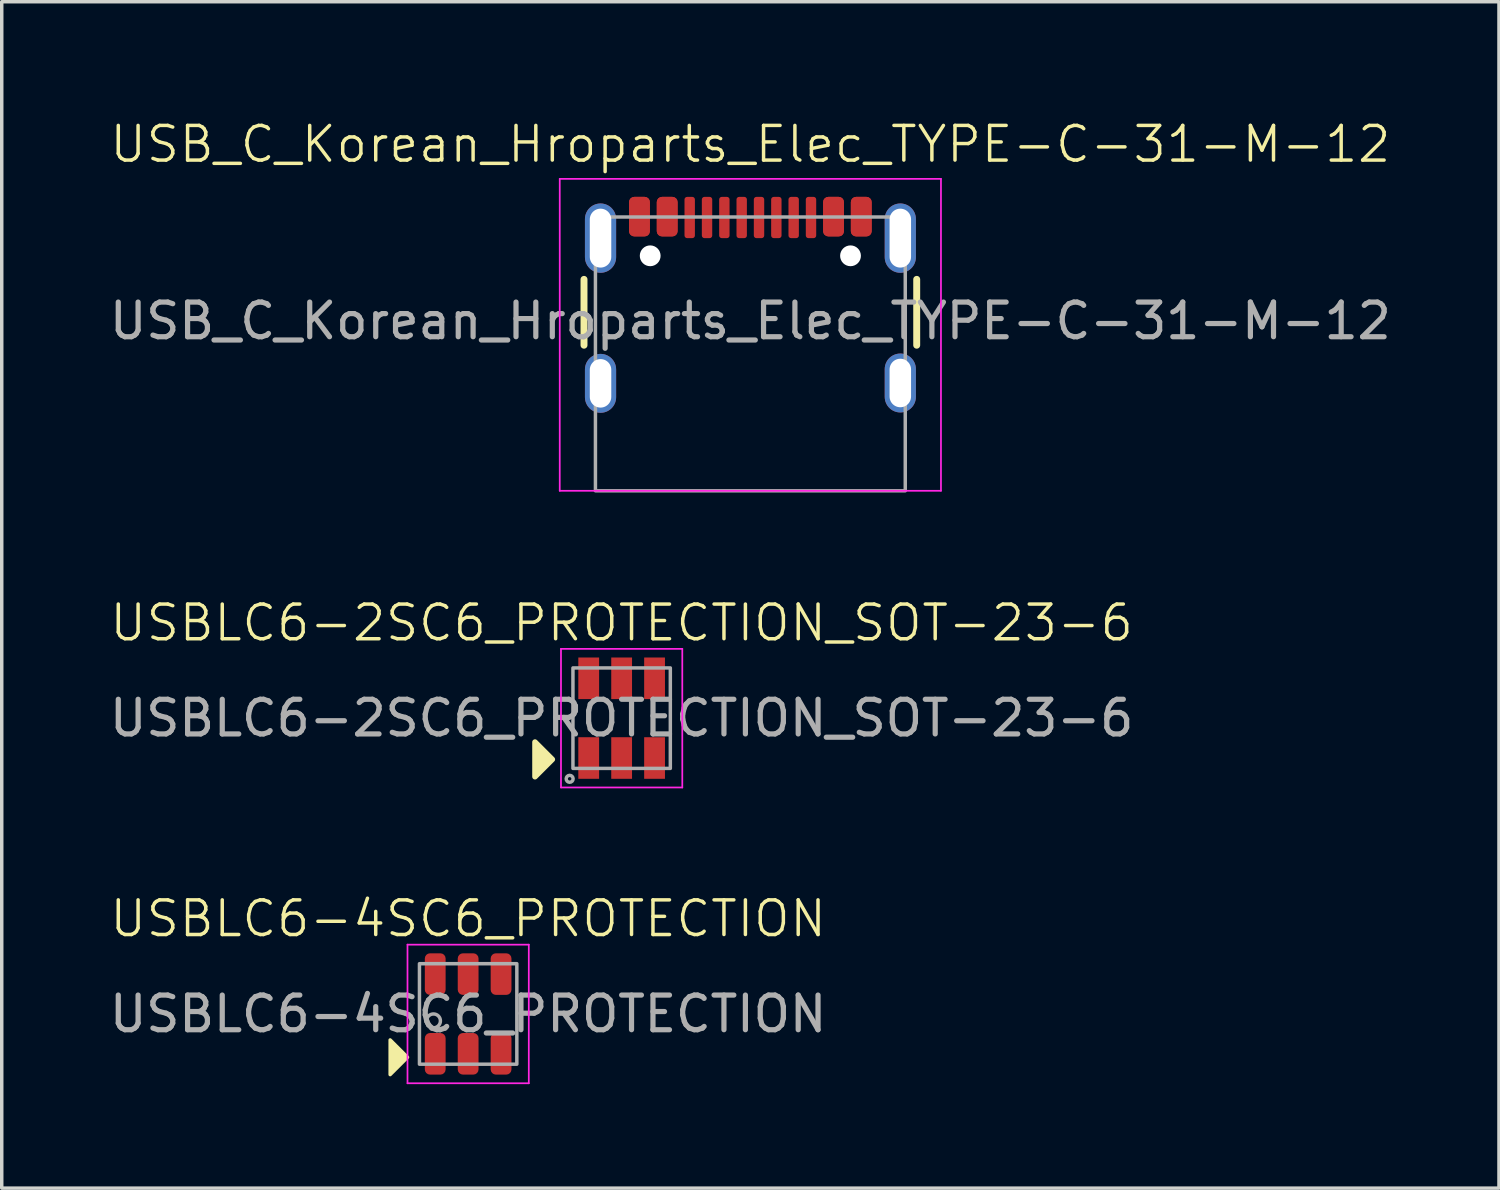
<source format=kicad_pcb>
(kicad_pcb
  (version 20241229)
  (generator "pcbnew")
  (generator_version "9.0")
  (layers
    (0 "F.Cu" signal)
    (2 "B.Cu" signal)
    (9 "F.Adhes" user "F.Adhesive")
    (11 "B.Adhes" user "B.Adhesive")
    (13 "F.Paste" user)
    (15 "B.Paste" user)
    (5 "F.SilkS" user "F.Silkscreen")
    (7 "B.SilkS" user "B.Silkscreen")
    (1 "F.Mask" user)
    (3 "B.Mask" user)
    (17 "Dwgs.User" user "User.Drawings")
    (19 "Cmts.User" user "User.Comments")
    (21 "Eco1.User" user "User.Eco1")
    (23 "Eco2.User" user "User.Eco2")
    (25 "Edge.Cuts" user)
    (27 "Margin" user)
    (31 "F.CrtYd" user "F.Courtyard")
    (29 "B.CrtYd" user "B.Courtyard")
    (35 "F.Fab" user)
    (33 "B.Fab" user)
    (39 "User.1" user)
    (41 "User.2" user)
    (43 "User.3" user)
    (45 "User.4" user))
  (footprint "USB_C_Korean_Hroparts_Elec_TYPE-C-31-M-12"
    (layer "F.Cu")
    (at 18.601 10.111)
    (property "Reference" "USB_C_Korean_Hroparts_Elec_TYPE-C-31-M-12" (at 0 -9 0) (unlocked yes) (layer "F.SilkS") (effects (font (size 1 1) (thickness 0.1))))
    (attr through_hole)
    (fp_line (start -4.8 -5.1) (end -4.8 -3.2) (stroke (width 0.2) (type default)) (layer "F.SilkS"))
    (fp_line (start 4.8 -5.1) (end 4.8 -3.2) (stroke (width 0.2) (type default)) (layer "F.SilkS"))
    (fp_line (start -5.5 -8) (end -5.5 1) (stroke (width 0.05) (type default)) (layer "F.CrtYd"))
    (fp_line (start -5.5 1) (end 5.5 1) (stroke (width 0.05) (type default)) (layer "F.CrtYd"))
    (fp_line (start 5.5 -8) (end -5.5 -8) (stroke (width 0.05) (type default)) (layer "F.CrtYd"))
    (fp_line (start 5.5 1) (end 5.5 -8) (stroke (width 0.05) (type default)) (layer "F.CrtYd"))
    (fp_rect (start -4.47 -6.9) (end 4.47 1) (stroke (width 0.1) (type default)) (fill no) (layer "F.Fab"))
    (fp_text user "${REFERENCE}" (at 0 -3.9 0) (unlocked yes) (layer "F.Fab") (effects (font (size 1 1) (thickness 0.15))))
    (dimension (type aligned) (layer "User.1") (pts (xy 22.928 8.851) (xy 22.928 7.151)) (height 2.673) (format (prefix "") (suffix "") (units 3) (units_format 1) (precision 4)) (style (thickness 0.05) (arrow_length 0.2) (text_position_mode 0) (arrow_direction outward) (extension_height 0.586) (extension_offset 0.5) (keep_text_aligned yes)) (gr_text "1.7000 mm" (at 25.491 8.001 90) (layer "User.1") (effects (font (size 0.1 0.1) (thickness 0.01)))))
    (dimension (type aligned) (layer "User.1") (pts (xy 22.928 4.821) (xy 22.928 2.821)) (height 1.673) (format (prefix "") (suffix "") (units 3) (units_format 1) (precision 4)) (style (thickness 0.05) (arrow_length 0.2) (text_position_mode 0) (arrow_direction outward) (extension_height 0.586) (extension_offset 0.5) (keep_text_aligned yes)) (gr_text "2.0000 mm" (at 24.491 3.821 90) (layer "User.1") (effects (font (size 0.1 0.1) (thickness 0.01)))))
    (dimension (type aligned) (layer "User.1") (pts (xy 15.401 3.251) (xy 21.801 3.251)) (height 4.36) (format (prefix "") (suffix "") (units 3) (units_format 1) (precision 4)) (style (thickness 0.05) (arrow_length 0.2) (text_position_mode 0) (arrow_direction outward) (extension_height 0.586) (extension_offset 0.5) (keep_text_aligned yes)) (gr_text "6.4000 mm" (at 18.601 7.501 0) (layer "User.1") (effects (font (size 0.1 0.1) (thickness 0.01)))))
    (dimension (type aligned) (layer "User.1") (pts (xy 15.711 4.331) (xy 21.491 4.331)) (height 0.78) (format (prefix "") (suffix "") (units 3) (units_format 1) (precision 4)) (style (thickness 0.05) (arrow_length 0.2) (text_position_mode 0) (arrow_direction outward) (extension_height 0.586) (extension_offset 0.5) (keep_text_aligned yes)) (gr_text "5.7800 mm" (at 18.601 5.001 0) (layer "User.1") (effects (font (size 0.1 0.1) (thickness 0.01)))))
    (dimension (type aligned) (layer "User.1") (pts (xy 14.278 8.011) (xy 22.928 8.001)) (height 1.09) (format (prefix "") (suffix "") (units 3) (units_format 1) (precision 4)) (style (thickness 0.05) (arrow_length 0.2) (text_position_mode 0) (arrow_direction outward) (extension_height 0.586) (extension_offset 0.5) (keep_text_aligned yes)) (gr_text "8.6500 mm" (at 18.604 8.987 0.066) (layer "User.1") (effects (font (size 0.1 0.1) (thickness 0.01)))))
    (dimension (type aligned) (layer "User.1") (pts (xy 17.851 3.251) (xy 19.351 3.251)) (height -1.64) (format (prefix "") (suffix "") (units 3) (units_format 1) (precision 4)) (style (thickness 0.05) (arrow_length 0.2) (text_position_mode 0) (arrow_direction outward) (extension_height 0.586) (extension_offset 0.5) (keep_text_aligned yes)) (gr_text "1.5000 mm" (at 18.601 1.501 0) (layer "User.1") (effects (font (size 0.1 0.1) (thickness 0.01)))))
    (dimension (type aligned) (layer "User.1") (pts (xy 22.928 8.701) (xy 22.928 7.301)) (height 1.673) (format (prefix "") (suffix "") (units 3) (units_format 1) (precision 4)) (style (thickness 0.05) (arrow_length 0.2) (text_position_mode 0) (arrow_direction outward) (extension_height 0.586) (extension_offset 0.5) (keep_text_aligned yes)) (gr_text "1.4000 mm" (at 24.491 8.001 90) (layer "User.1") (effects (font (size 0.1 0.1) (thickness 0.01)))))
    (dimension (type aligned) (layer "User.1") (pts (xy 16.201 3.251) (xy 21.001 3.251)) (height -2.64) (format (prefix "") (suffix "") (units 3) (units_format 1) (precision 4)) (style (thickness 0.05) (arrow_length 0.2) (text_position_mode 0) (arrow_direction outward) (extension_height 0.586) (extension_offset 0.5) (keep_text_aligned yes)) (gr_text "4.8000 mm" (at 18.601 0.501 0) (layer "User.1") (effects (font (size 0.1 0.1) (thickness 0.01)))))
    (dimension (type aligned) (layer "User.1") (pts (xy 22.428 4.671) (xy 22.428 2.971)) (height 1.673) (format (prefix "") (suffix "") (units 3) (units_format 1) (precision 4)) (style (thickness 0.05) (arrow_length 0.2) (text_position_mode 0) (arrow_direction outward) (extension_height 0.586) (extension_offset 0.5) (keep_text_aligned yes)) (gr_text "1.7000 mm" (at 23.991 3.821 90) (layer "User.1") (effects (font (size 0.1 0.1) (thickness 0.01)))))
    (pad "" np_thru_hole circle (at -2.89 -5.78) (size 0.6 0.6) (drill 0.6) (layers "*.Cu" "*.Mask"))
    (pad "" np_thru_hole circle (at 2.89 -5.78) (size 0.6 0.6) (drill 0.6) (layers "*.Cu" "*.Mask"))
    (pad "A1" smd roundrect (at -3.2 -6.91) (size 0.6 1.14) (layers "F.Cu" "F.Mask" "F.Paste") (roundrect_rratio 0.25))
    (pad "A4" smd roundrect (at -2.4 -6.91) (size 0.6 1.14) (layers "F.Cu" "F.Mask" "F.Paste") (roundrect_rratio 0.25))
    (pad "A5" smd roundrect (at -1.25 -6.885) (size 0.3 1.19) (layers "F.Cu" "F.Mask" "F.Paste") (roundrect_rratio 0.25))
    (pad "A6" smd roundrect (at -0.25 -6.885) (size 0.3 1.19) (layers "F.Cu" "F.Mask" "F.Paste") (roundrect_rratio 0.25))
    (pad "A7" smd roundrect (at 0.25 -6.885) (size 0.3 1.19) (layers "F.Cu" "F.Mask" "F.Paste") (roundrect_rratio 0.25))
    (pad "A8" smd roundrect (at 1.25 -6.885) (size 0.3 1.19) (layers "F.Cu" "F.Mask" "F.Paste") (roundrect_rratio 0.25))
    (pad "A9" smd roundrect (at 2.4 -6.91) (size 0.6 1.14) (layers "F.Cu" "F.Mask" "F.Paste") (roundrect_rratio 0.25))
    (pad "A12" smd roundrect (at 3.2 -6.91) (size 0.6 1.14) (layers "F.Cu" "F.Mask" "F.Paste") (roundrect_rratio 0.25))
    (pad "B1" smd roundrect (at 3.2 -6.91) (size 0.6 1.14) (layers "F.Cu" "F.Mask" "F.Paste") (roundrect_rratio 0.25))
    (pad "B4" smd roundrect (at 2.4 -6.91) (size 0.6 1.14) (layers "F.Cu" "F.Mask" "F.Paste") (roundrect_rratio 0.25))
    (pad "B5" smd roundrect (at 1.75 -6.885) (size 0.3 1.19) (layers "F.Cu" "F.Mask" "F.Paste") (roundrect_rratio 0.25))
    (pad "B6" smd roundrect (at 0.75 -6.885) (size 0.3 1.19) (layers "F.Cu" "F.Mask" "F.Paste") (roundrect_rratio 0.25))
    (pad "B7" smd roundrect (at -0.75 -6.885) (size 0.3 1.19) (layers "F.Cu" "F.Mask" "F.Paste") (roundrect_rratio 0.25))
    (pad "B8" smd roundrect (at -1.75 -6.885) (size 0.3 1.19) (layers "F.Cu" "F.Mask" "F.Paste") (roundrect_rratio 0.25))
    (pad "B9" smd roundrect (at -2.4 -6.91) (size 0.6 1.14) (layers "F.Cu" "F.Mask" "F.Paste") (roundrect_rratio 0.25))
    (pad "B12" smd roundrect (at -3.2 -6.91) (size 0.6 1.14) (layers "F.Cu" "F.Mask" "F.Paste") (roundrect_rratio 0.25))
    (pad "S1" thru_hole oval (at -4.323 -6.29) (size 0.9 2) (drill oval 0.62 1.7) (layers "*.Cu" "*.Mask"))
    (pad "S1" thru_hole oval (at -4.323 -2.1) (size 0.9 1.7) (drill oval 0.62 1.4) (layers "*.Cu" "*.Mask"))
    (pad "S1" thru_hole oval (at 4.327 -6.29) (size 0.9 2) (drill oval 0.62 1.7) (layers "*.Cu" "*.Mask"))
    (pad "S1" thru_hole oval (at 4.327 -2.11) (size 0.9 1.7) (drill oval 0.62 1.4) (layers "*.Cu" "*.Mask")))
  (footprint "USBLC6-4SC6_PROTECTION"
    (layer "F.Cu")
    (at 10.458 26.207)
    (property "Reference" "USBLC6-4SC6_PROTECTION" (at 0 -2.75 0) (unlocked yes) (layer "F.SilkS") (effects (font (size 1 1) (thickness 0.1))))
    (attr smd)
    (fp_poly (pts (xy -2.25 0.75) (xy -1.75 1.25) (xy -2.25 1.75)) (stroke (width 0.1) (type solid)) (fill yes) (layer "F.SilkS"))
    (fp_line (start -1.75 -2) (end 1.75 -2) (stroke (width 0.05) (type default)) (layer "F.CrtYd"))
    (fp_line (start -1.75 2) (end -1.75 -2) (stroke (width 0.05) (type default)) (layer "F.CrtYd"))
    (fp_line (start 1.75 -2) (end 1.75 2) (stroke (width 0.05) (type default)) (layer "F.CrtYd"))
    (fp_line (start 1.75 2) (end -1.75 2) (stroke (width 0.05) (type default)) (layer "F.CrtYd"))
    (fp_rect (start -1.405 -1.45) (end 1.405 1.45) (stroke (width 0.1) (type default)) (fill no) (layer "F.Fab"))
    (fp_circle (center -1 0.2) (end -0.8 0.2) (stroke (width 0.1) (type default)) (fill no) (layer "F.Fab"))
    (fp_line (start -1.45 -0.85) (end -1.45 0.85) (stroke (width 0.1) (type default)) (layer "User.1"))
    (fp_line (start 1.45 -0.85) (end 1.45 0.85) (stroke (width 0.1) (type default)) (layer "User.1"))
    (fp_text user "${REFERENCE}" (at 0 0 0) (unlocked yes) (layer "F.Fab") (effects (font (size 1 1) (thickness 0.15))))
    (dimension (type aligned) (layer "User.1") (pts (xy 11.108 24.457) (xy 11.708 24.457)) (height -0.05) (format (prefix "") (suffix "") (units 3) (units_format 1) (precision 4)) (style (thickness 0.01) (arrow_length 0.01) (text_position_mode 2) (arrow_direction outward) (extension_height 0) (extension_offset 0) (keep_text_aligned yes)) (gr_text "0.6000 mm" (at 11.458 24.307 0) (layer "User.1") (effects (font (size 0.1 0.1) (thickness 0.15)))))
    (dimension (type aligned) (layer "User.1") (pts (xy 11.708 25.657) (xy 11.708 26.757)) (height -0.15) (format (prefix "") (suffix "") (units 3) (units_format 1) (precision 4)) (style (thickness 0.01) (arrow_length 0.01) (text_position_mode 2) (arrow_direction outward) (extension_height 0) (extension_offset 0) (keep_text_aligned yes)) (gr_text "1.1000 mm" (at 12.058 26.107 90) (layer "User.1") (effects (font (size 0.1 0.1) (thickness 0.15)))))
    (dimension (type aligned) (layer "User.1") (pts (xy 11.708 24.457) (xy 11.708 25.657)) (height -0.15) (format (prefix "") (suffix "") (units 3) (units_format 1) (precision 4)) (style (thickness 0.01) (arrow_length 0.01) (text_position_mode 2) (arrow_direction outward) (extension_height 0) (extension_offset 0) (keep_text_aligned yes)) (gr_text "1.2000 mm" (at 12.058 25.007 90) (layer "User.1") (effects (font (size 0.1 0.1) (thickness 0.15)))))
    (dimension (type aligned) (layer "User.1") (pts (xy 9.508 27.357) (xy 9.508 25.057)) (height -0.4) (format (prefix "") (suffix "") (units 3) (units_format 1) (precision 4)) (style (thickness 0.01) (arrow_length 0.01) (text_position_mode 2) (arrow_direction outward) (extension_height 0) (extension_offset 0) (keep_text_aligned yes)) (gr_text "2.3000 mm" (at 8.858 26.207 90) (layer "User.1") (effects (font (size 0.1 0.1) (thickness 0.15)))))
    (dimension (type aligned) (layer "User.1") (pts (xy 9.508 27.957) (xy 9.508 24.457)) (height -0.85) (format (prefix "") (suffix "") (units 3) (units_format 1) (precision 4)) (style (thickness 0.01) (arrow_length 0.01) (text_position_mode 2) (arrow_direction outward) (extension_height 0) (extension_offset 0) (keep_text_aligned yes)) (gr_text "3.5000 mm" (at 8.458 26.207 90) (layer "User.1") (effects (font (size 0.1 0.1) (thickness 0.15)))))
    (dimension (type aligned) (layer "User.1") (pts (xy 9.508 24.457) (xy 10.458 24.457)) (height -0.05) (format (prefix "") (suffix "") (units 3) (units_format 1) (precision 4)) (style (thickness 0.01) (arrow_length 0.01) (text_position_mode 2) (arrow_direction outward) (extension_height 0) (extension_offset 0) (keep_text_aligned yes)) (gr_text "0.9500 mm" (at 10.058 24.307 0) (layer "User.1") (effects (font (size 0.1 0.1) (thickness 0.15)))))
    (pad "1" smd roundrect (at -0.95 1.15) (size 0.6 1.2) (layers "F.Cu" "F.Mask" "F.Paste") (roundrect_rratio 0.25))
    (pad "2" smd roundrect (at 0 1.15) (size 0.6 1.2) (layers "F.Cu" "F.Mask" "F.Paste") (roundrect_rratio 0.25))
    (pad "3" smd roundrect (at 0.95 1.15) (size 0.6 1.2) (layers "F.Cu" "F.Mask" "F.Paste") (roundrect_rratio 0.25))
    (pad "4" smd roundrect (at 0.95 -1.15) (size 0.6 1.2) (layers "F.Cu" "F.Mask" "F.Paste") (roundrect_rratio 0.25))
    (pad "5" smd roundrect (at 0 -1.15) (size 0.6 1.2) (layers "F.Cu" "F.Mask" "F.Paste") (roundrect_rratio 0.25))
    (pad "6" smd roundrect (at -0.95 -1.15) (size 0.6 1.2) (layers "F.Cu" "F.Mask" "F.Paste") (roundrect_rratio 0.25)))
  (footprint "USBLC6-2SC6_PROTECTION_SOT-23-6"
    (layer "F.Cu")
    (at 14.887 17.672)
    (property "Reference" "USBLC6-2SC6_PROTECTION_SOT-23-6" (at 0 -2.75 0) (unlocked yes) (layer "F.SilkS") (effects (font (size 1 1) (thickness 0.1))))
    (attr smd)
    (fp_poly (pts (xy -2.5 0.69) (xy -2 1.19) (xy -2.5 1.69)) (stroke (width 0.16) (type solid)) (fill yes) (layer "F.SilkS"))
    (fp_line (start -1.75 -2) (end 1.75 -2) (stroke (width 0.05) (type default)) (layer "F.CrtYd"))
    (fp_line (start -1.75 2) (end -1.75 -2) (stroke (width 0.05) (type default)) (layer "F.CrtYd"))
    (fp_line (start 1.75 -2) (end 1.75 2) (stroke (width 0.05) (type default)) (layer "F.CrtYd"))
    (fp_line (start 1.75 2) (end -1.75 2) (stroke (width 0.05) (type default)) (layer "F.CrtYd"))
    (fp_rect (start -1.405 -1.45) (end 1.405 1.45) (stroke (width 0.1) (type default)) (fill no) (layer "F.Fab"))
    (fp_circle (center -1.5 1.75) (end -1.4 1.75) (stroke (width 0.1) (type default)) (fill no) (layer "F.Fab"))
    (fp_line (start -1.45 -0.8) (end -1.45 0.8) (stroke (width 0.1) (type default)) (layer "User.1"))
    (fp_line (start 1.45 -0.8) (end 1.45 0.8) (stroke (width 0.1) (type default)) (layer "User.1"))
    (fp_text user "${REFERENCE}" (at 0 0 0) (unlocked yes) (layer "F.Fab") (effects (font (size 1 1) (thickness 0.15))))
    (dimension (type aligned) (layer "User.1") (pts (xy 16.137 15.922) (xy 16.137 19.422)) (height -0.35) (format (prefix "") (suffix "") (units 3) (units_format 1) (precision 2)) (style (thickness 0.01) (arrow_length 0.01) (text_position_mode 2) (arrow_direction outward) (extension_height 0) (extension_offset 0) (keep_text_aligned yes)) (gr_text "3.50 mm" (at 16.487 17.672 90) (layer "User.1") (effects (font (size 0.1 0.1) (thickness 0.15)))))
    (dimension (type aligned) (layer "User.1") (pts (xy 16.137 18.222) (xy 16.137 19.422)) (height -0.1) (format (prefix "") (suffix "") (units 3) (units_format 1) (precision 2)) (style (thickness 0.01) (arrow_length 0.01) (text_position_mode 2) (arrow_direction outward) (extension_height 0) (extension_offset 0) (keep_text_aligned yes)) (gr_text "1.20 mm" (at 16.237 18.872 90) (layer "User.1") (effects (font (size 0.1 0.1) (thickness 0.15)))))
    (dimension (type aligned) (layer "User.1") (pts (xy 13.937 18.222) (xy 14.887 18.222)) (height -0.1) (format (prefix "") (suffix "") (units 3) (units_format 1) (precision 2)) (style (thickness 0.01) (arrow_length 0.01) (text_position_mode 2) (arrow_direction outward) (extension_height 0) (extension_offset 0) (keep_text_aligned yes)) (gr_text "0.95 mm" (at 14.237 18.072 0) (layer "User.1") (effects (font (size 0.1 0.1) (thickness 0.15)))))
    (dimension (type aligned) (layer "User.1") (pts (xy 13.637 15.922) (xy 14.237 15.922)) (height -0.1) (format (prefix "") (suffix "") (units 3) (units_format 1) (precision 2)) (style (thickness 0.01) (arrow_length 0.01) (text_position_mode 2) (arrow_direction outward) (extension_height 0) (extension_offset 0) (keep_text_aligned yes)) (gr_text "0.60 mm" (at 13.987 15.772 0) (layer "User.1") (effects (font (size 0.1 0.1) (thickness 0.15)))))
    (pad "1" smd rect (at -0.95 1.15) (size 0.6 1.2) (layers "F.Cu" "F.Mask" "F.Paste"))
    (pad "2" smd rect (at 0 1.15) (size 0.6 1.2) (layers "F.Cu" "F.Mask" "F.Paste"))
    (pad "3" smd rect (at 0.95 1.15) (size 0.6 1.2) (layers "F.Cu" "F.Mask" "F.Paste"))
    (pad "4" smd rect (at 0.95 -1.15) (size 0.6 1.2) (layers "F.Cu" "F.Mask" "F.Paste"))
    (pad "5" smd rect (at 0 -1.15) (size 0.6 1.2) (layers "F.Cu" "F.Mask" "F.Paste"))
    (pad "6" smd rect (at -0.95 -1.15) (size 0.6 1.2) (layers "F.Cu" "F.Mask" "F.Paste")))
  (gr_rect
    (start -3 -3)
    (end 40.202 31.232)
    (stroke (width 0.1) (type default))
    (fill no)
    (layer "Edge.Cuts")))
</source>
